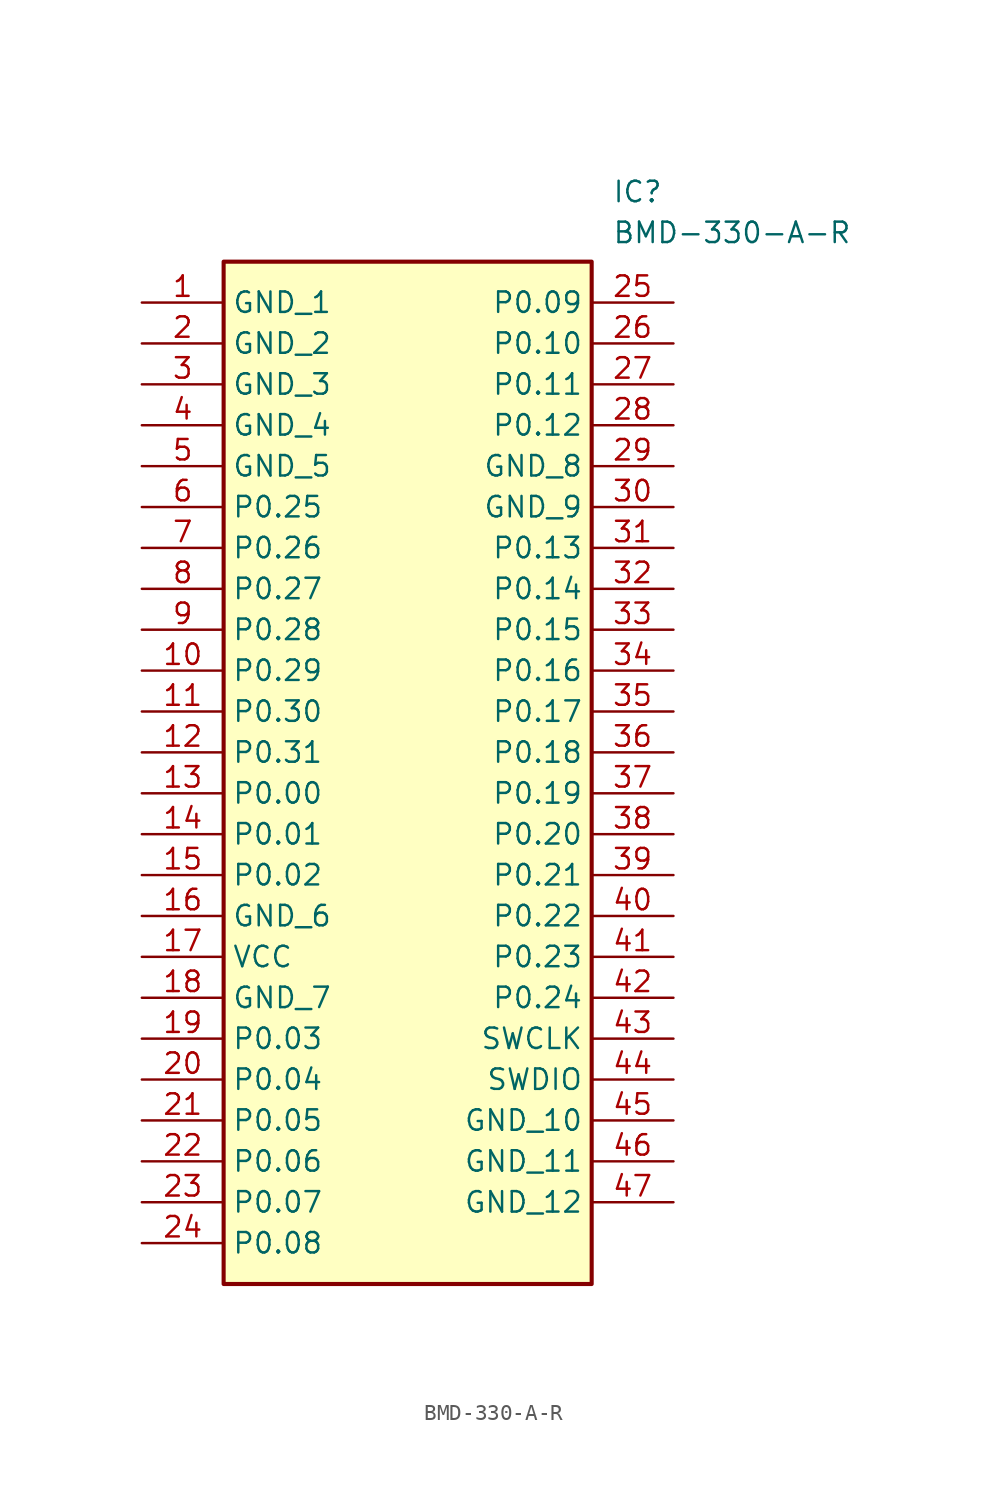
<source format=kicad_sym>
(kicad_symbol_lib
  (version 20211014)
  (generator SamacSys_ECAD_Model)
  (symbol "BMD-330-A-R"
    (property "Reference" "IC"
      (at 29.21 7.62 0)
      (effects (font (size 1.27 1.27)) (justify left top)))
    (property "Value" "BMD-330-A-R"
      (at 29.21 5.08 0)
      (effects (font (size 1.27 1.27)) (justify left top)))
    (rectangle
      (start 5.08 2.54)
      (end 27.94 -60.96)
      (stroke (width 0.254) (type default))
      (fill (type background)))
    (pin passive line
      (at 0 0 0)
      (length 5.08)
      (name "GND_1" (effects (font (size 1.27 1.27))))
      (number "1" (effects (font (size 1.27 1.27)))))
    (pin passive line
      (at 0 -2.54 0)
      (length 5.08)
      (name "GND_2" (effects (font (size 1.27 1.27))))
      (number "2" (effects (font (size 1.27 1.27)))))
    (pin passive line
      (at 0 -5.08 0)
      (length 5.08)
      (name "GND_3" (effects (font (size 1.27 1.27))))
      (number "3" (effects (font (size 1.27 1.27)))))
    (pin passive line
      (at 0 -7.62 0)
      (length 5.08)
      (name "GND_4" (effects (font (size 1.27 1.27))))
      (number "4" (effects (font (size 1.27 1.27)))))
    (pin passive line
      (at 0 -10.16 0)
      (length 5.08)
      (name "GND_5" (effects (font (size 1.27 1.27))))
      (number "5" (effects (font (size 1.27 1.27)))))
    (pin passive line
      (at 0 -12.7 0)
      (length 5.08)
      (name "P0.25" (effects (font (size 1.27 1.27))))
      (number "6" (effects (font (size 1.27 1.27)))))
    (pin passive line
      (at 0 -15.24 0)
      (length 5.08)
      (name "P0.26" (effects (font (size 1.27 1.27))))
      (number "7" (effects (font (size 1.27 1.27)))))
    (pin passive line
      (at 0 -17.78 0)
      (length 5.08)
      (name "P0.27" (effects (font (size 1.27 1.27))))
      (number "8" (effects (font (size 1.27 1.27)))))
    (pin passive line
      (at 0 -20.32 0)
      (length 5.08)
      (name "P0.28" (effects (font (size 1.27 1.27))))
      (number "9" (effects (font (size 1.27 1.27)))))
    (pin passive line
      (at 0 -22.86 0)
      (length 5.08)
      (name "P0.29" (effects (font (size 1.27 1.27))))
      (number "10" (effects (font (size 1.27 1.27)))))
    (pin passive line
      (at 0 -25.4 0)
      (length 5.08)
      (name "P0.30" (effects (font (size 1.27 1.27))))
      (number "11" (effects (font (size 1.27 1.27)))))
    (pin passive line
      (at 0 -27.94 0)
      (length 5.08)
      (name "P0.31" (effects (font (size 1.27 1.27))))
      (number "12" (effects (font (size 1.27 1.27)))))
    (pin passive line
      (at 0 -30.48 0)
      (length 5.08)
      (name "P0.00" (effects (font (size 1.27 1.27))))
      (number "13" (effects (font (size 1.27 1.27)))))
    (pin passive line
      (at 0 -33.02 0)
      (length 5.08)
      (name "P0.01" (effects (font (size 1.27 1.27))))
      (number "14" (effects (font (size 1.27 1.27)))))
    (pin passive line
      (at 0 -35.56 0)
      (length 5.08)
      (name "P0.02" (effects (font (size 1.27 1.27))))
      (number "15" (effects (font (size 1.27 1.27)))))
    (pin passive line
      (at 0 -38.1 0)
      (length 5.08)
      (name "GND_6" (effects (font (size 1.27 1.27))))
      (number "16" (effects (font (size 1.27 1.27)))))
    (pin passive line
      (at 0 -40.64 0)
      (length 5.08)
      (name "VCC" (effects (font (size 1.27 1.27))))
      (number "17" (effects (font (size 1.27 1.27)))))
    (pin passive line
      (at 0 -43.18 0)
      (length 5.08)
      (name "GND_7" (effects (font (size 1.27 1.27))))
      (number "18" (effects (font (size 1.27 1.27)))))
    (pin passive line
      (at 0 -45.72 0)
      (length 5.08)
      (name "P0.03" (effects (font (size 1.27 1.27))))
      (number "19" (effects (font (size 1.27 1.27)))))
    (pin passive line
      (at 0 -48.26 0)
      (length 5.08)
      (name "P0.04" (effects (font (size 1.27 1.27))))
      (number "20" (effects (font (size 1.27 1.27)))))
    (pin passive line
      (at 0 -50.8 0)
      (length 5.08)
      (name "P0.05" (effects (font (size 1.27 1.27))))
      (number "21" (effects (font (size 1.27 1.27)))))
    (pin passive line
      (at 0 -53.34 0)
      (length 5.08)
      (name "P0.06" (effects (font (size 1.27 1.27))))
      (number "22" (effects (font (size 1.27 1.27)))))
    (pin passive line
      (at 0 -55.88 0)
      (length 5.08)
      (name "P0.07" (effects (font (size 1.27 1.27))))
      (number "23" (effects (font (size 1.27 1.27)))))
    (pin passive line
      (at 0 -58.42 0)
      (length 5.08)
      (name "P0.08" (effects (font (size 1.27 1.27))))
      (number "24" (effects (font (size 1.27 1.27)))))
    (pin passive line
      (at 33.02 0 180)
      (length 5.08)
      (name "P0.09" (effects (font (size 1.27 1.27))))
      (number "25" (effects (font (size 1.27 1.27)))))
    (pin passive line
      (at 33.02 -2.54 180)
      (length 5.08)
      (name "P0.10" (effects (font (size 1.27 1.27))))
      (number "26" (effects (font (size 1.27 1.27)))))
    (pin passive line
      (at 33.02 -5.08 180)
      (length 5.08)
      (name "P0.11" (effects (font (size 1.27 1.27))))
      (number "27" (effects (font (size 1.27 1.27)))))
    (pin passive line
      (at 33.02 -7.62 180)
      (length 5.08)
      (name "P0.12" (effects (font (size 1.27 1.27))))
      (number "28" (effects (font (size 1.27 1.27)))))
    (pin passive line
      (at 33.02 -10.16 180)
      (length 5.08)
      (name "GND_8" (effects (font (size 1.27 1.27))))
      (number "29" (effects (font (size 1.27 1.27)))))
    (pin passive line
      (at 33.02 -12.7 180)
      (length 5.08)
      (name "GND_9" (effects (font (size 1.27 1.27))))
      (number "30" (effects (font (size 1.27 1.27)))))
    (pin passive line
      (at 33.02 -15.24 180)
      (length 5.08)
      (name "P0.13" (effects (font (size 1.27 1.27))))
      (number "31" (effects (font (size 1.27 1.27)))))
    (pin passive line
      (at 33.02 -17.78 180)
      (length 5.08)
      (name "P0.14" (effects (font (size 1.27 1.27))))
      (number "32" (effects (font (size 1.27 1.27)))))
    (pin passive line
      (at 33.02 -20.32 180)
      (length 5.08)
      (name "P0.15" (effects (font (size 1.27 1.27))))
      (number "33" (effects (font (size 1.27 1.27)))))
    (pin passive line
      (at 33.02 -22.86 180)
      (length 5.08)
      (name "P0.16" (effects (font (size 1.27 1.27))))
      (number "34" (effects (font (size 1.27 1.27)))))
    (pin passive line
      (at 33.02 -25.4 180)
      (length 5.08)
      (name "P0.17" (effects (font (size 1.27 1.27))))
      (number "35" (effects (font (size 1.27 1.27)))))
    (pin passive line
      (at 33.02 -27.94 180)
      (length 5.08)
      (name "P0.18" (effects (font (size 1.27 1.27))))
      (number "36" (effects (font (size 1.27 1.27)))))
    (pin passive line
      (at 33.02 -30.48 180)
      (length 5.08)
      (name "P0.19" (effects (font (size 1.27 1.27))))
      (number "37" (effects (font (size 1.27 1.27)))))
    (pin passive line
      (at 33.02 -33.02 180)
      (length 5.08)
      (name "P0.20" (effects (font (size 1.27 1.27))))
      (number "38" (effects (font (size 1.27 1.27)))))
    (pin passive line
      (at 33.02 -35.56 180)
      (length 5.08)
      (name "P0.21" (effects (font (size 1.27 1.27))))
      (number "39" (effects (font (size 1.27 1.27)))))
    (pin passive line
      (at 33.02 -38.1 180)
      (length 5.08)
      (name "P0.22" (effects (font (size 1.27 1.27))))
      (number "40" (effects (font (size 1.27 1.27)))))
    (pin passive line
      (at 33.02 -40.64 180)
      (length 5.08)
      (name "P0.23" (effects (font (size 1.27 1.27))))
      (number "41" (effects (font (size 1.27 1.27)))))
    (pin passive line
      (at 33.02 -43.18 180)
      (length 5.08)
      (name "P0.24" (effects (font (size 1.27 1.27))))
      (number "42" (effects (font (size 1.27 1.27)))))
    (pin passive line
      (at 33.02 -45.72 180)
      (length 5.08)
      (name "SWCLK" (effects (font (size 1.27 1.27))))
      (number "43" (effects (font (size 1.27 1.27)))))
    (pin passive line
      (at 33.02 -48.26 180)
      (length 5.08)
      (name "SWDIO" (effects (font (size 1.27 1.27))))
      (number "44" (effects (font (size 1.27 1.27)))))
    (pin passive line
      (at 33.02 -50.8 180)
      (length 5.08)
      (name "GND_10" (effects (font (size 1.27 1.27))))
      (number "45" (effects (font (size 1.27 1.27)))))
    (pin passive line
      (at 33.02 -53.34 180)
      (length 5.08)
      (name "GND_11" (effects (font (size 1.27 1.27))))
      (number "46" (effects (font (size 1.27 1.27)))))
    (pin passive line
      (at 33.02 -55.88 180)
      (length 5.08)
      (name "GND_12" (effects (font (size 1.27 1.27))))
      (number "47" (effects (font (size 1.27 1.27)))))))
</source>
